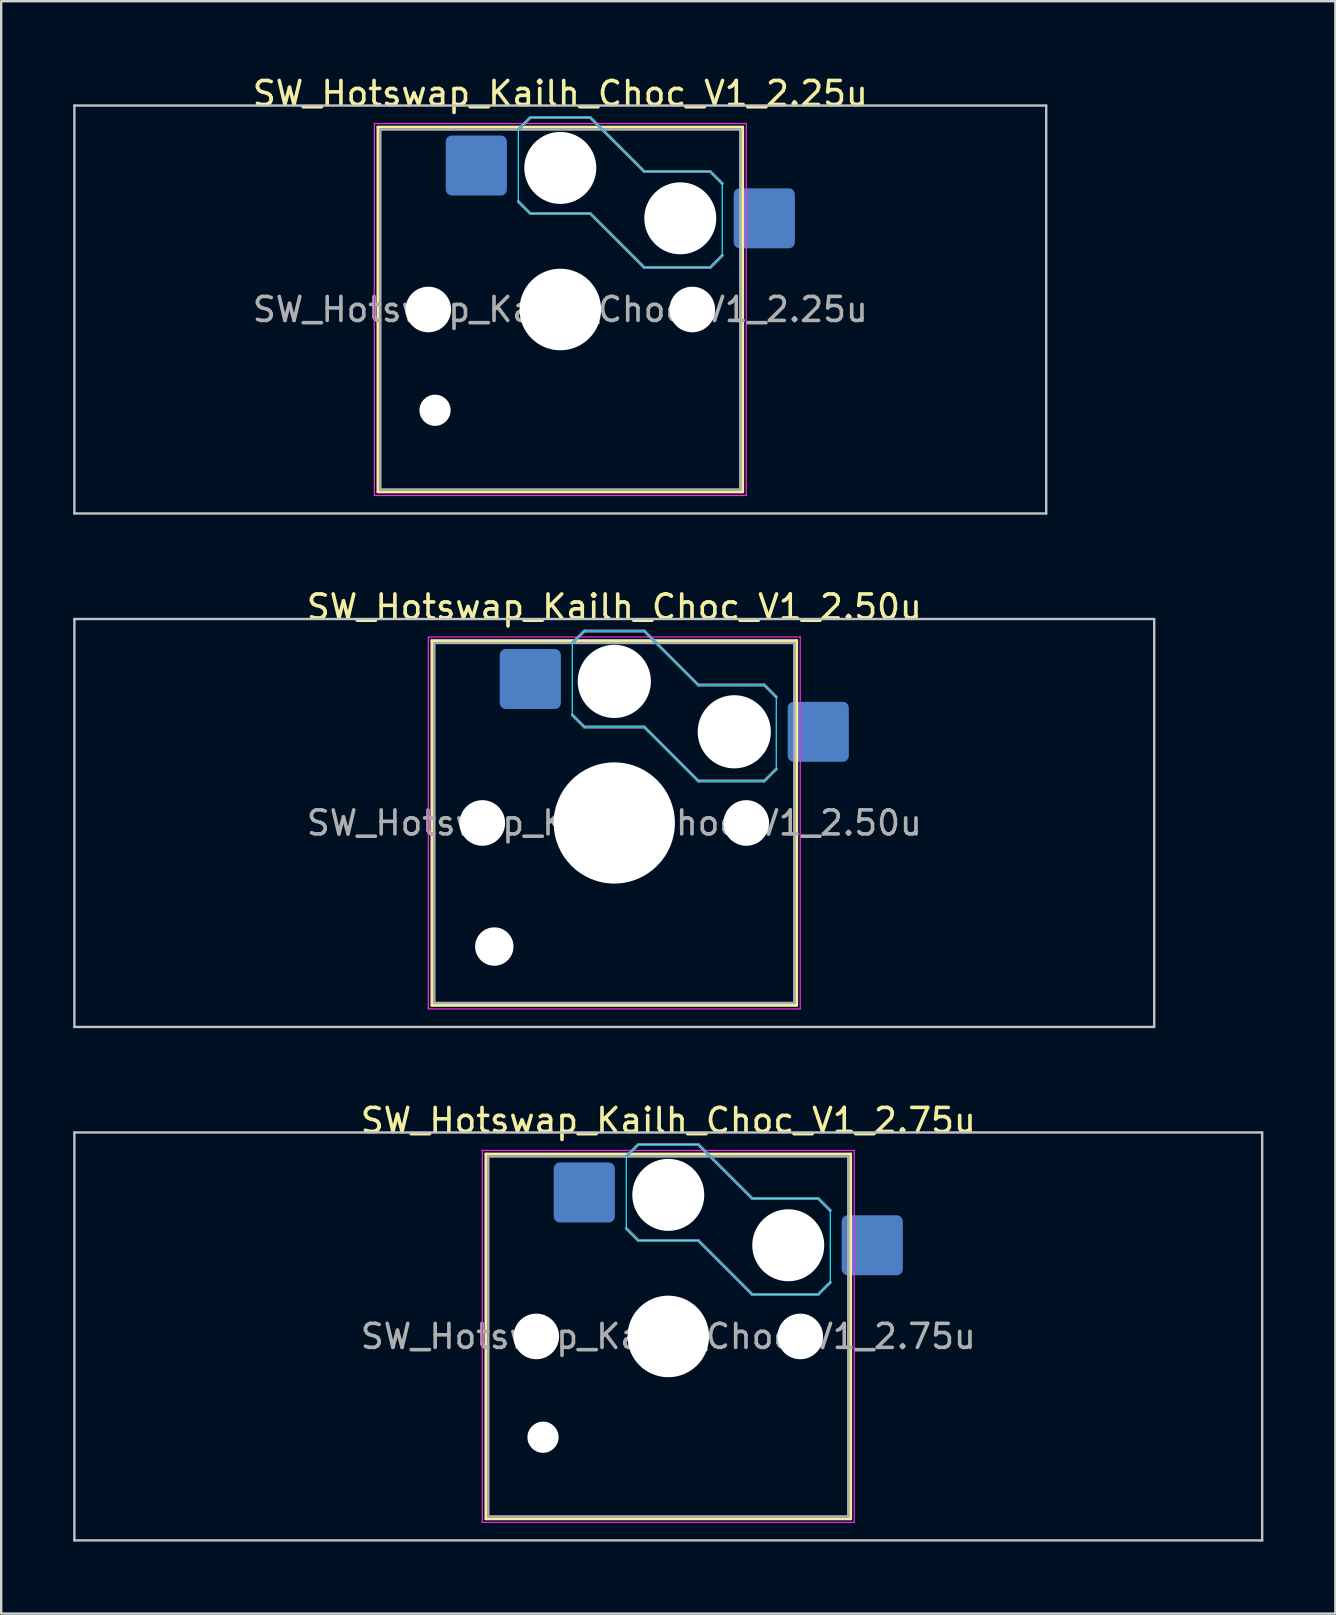
<source format=kicad_pcb>
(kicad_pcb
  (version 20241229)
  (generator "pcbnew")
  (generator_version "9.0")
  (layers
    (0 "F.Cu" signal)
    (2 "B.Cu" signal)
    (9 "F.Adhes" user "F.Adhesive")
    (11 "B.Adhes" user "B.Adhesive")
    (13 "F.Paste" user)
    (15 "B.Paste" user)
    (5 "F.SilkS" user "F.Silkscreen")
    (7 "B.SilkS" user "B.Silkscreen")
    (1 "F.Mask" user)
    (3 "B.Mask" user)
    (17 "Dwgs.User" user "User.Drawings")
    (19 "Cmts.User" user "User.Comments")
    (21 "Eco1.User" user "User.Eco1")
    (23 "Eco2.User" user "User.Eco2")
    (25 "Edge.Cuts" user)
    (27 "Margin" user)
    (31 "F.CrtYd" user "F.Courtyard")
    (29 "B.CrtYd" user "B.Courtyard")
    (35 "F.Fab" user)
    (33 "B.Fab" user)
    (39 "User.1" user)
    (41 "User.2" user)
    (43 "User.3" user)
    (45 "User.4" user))
  (footprint "SW_Hotswap_Kailh_Choc_V1_2.75u"
    (layer "F.Cu")
    (at 24.8 52.645)
    (property "Reference" "SW_Hotswap_Kailh_Choc_V1_2.75u" (at 0 -9 0) (layer "F.SilkS") (effects (font (size 1 1) (thickness 0.15))))
    (attr smd)
    (fp_line (start -7.6 -7.6) (end -7.6 7.6) (stroke (width 0.12) (type solid)) (layer "F.SilkS"))
    (fp_line (start -7.6 7.6) (end 7.6 7.6) (stroke (width 0.12) (type solid)) (layer "F.SilkS"))
    (fp_line (start 7.6 -7.6) (end -7.6 -7.6) (stroke (width 0.12) (type solid)) (layer "F.SilkS"))
    (fp_line (start 7.6 7.6) (end 7.6 -7.6) (stroke (width 0.12) (type solid)) (layer "F.SilkS"))
    (fp_line (start -1.75 -7.5) (end -1.25 -8) (stroke (width 0.12) (type solid)) (layer "B.SilkS"))
    (fp_line (start -1.25 -8) (end 1.25 -8) (stroke (width 0.12) (type solid)) (layer "B.SilkS"))
    (fp_line (start -1.25 -4) (end -1.75 -4.5) (stroke (width 0.12) (type solid)) (layer "B.SilkS"))
    (fp_line (start 1.25 -8) (end 3.5 -5.75) (stroke (width 0.12) (type solid)) (layer "B.SilkS"))
    (fp_line (start 1.25 -4) (end -1.25 -4) (stroke (width 0.12) (type solid)) (layer "B.SilkS"))
    (fp_line (start 3.5 -5.75) (end 6.25 -5.75) (stroke (width 0.12) (type solid)) (layer "B.SilkS"))
    (fp_line (start 3.5 -1.75) (end 1.25 -4) (stroke (width 0.12) (type solid)) (layer "B.SilkS"))
    (fp_line (start 6.25 -5.75) (end 6.75 -5.25) (stroke (width 0.12) (type solid)) (layer "B.SilkS"))
    (fp_line (start 6.25 -1.75) (end 3.5 -1.75) (stroke (width 0.12) (type solid)) (layer "B.SilkS"))
    (fp_line (start 6.75 -2.25) (end 6.25 -1.75) (stroke (width 0.12) (type solid)) (layer "B.SilkS"))
    (fp_line (start -24.75 -8.5) (end -24.75 8.5) (stroke (width 0.1) (type solid)) (layer "Dwgs.User"))
    (fp_line (start -24.75 8.5) (end 24.75 8.5) (stroke (width 0.1) (type solid)) (layer "Dwgs.User"))
    (fp_line (start 24.75 -8.5) (end -24.75 -8.5) (stroke (width 0.1) (type solid)) (layer "Dwgs.User"))
    (fp_line (start 24.75 8.5) (end 24.75 -8.5) (stroke (width 0.1) (type solid)) (layer "Dwgs.User"))
    (fp_line (start -7.25 -7.25) (end -7.25 7.25) (stroke (width 0.1) (type solid)) (layer "Eco1.User"))
    (fp_line (start -7.25 7.25) (end 7.25 7.25) (stroke (width 0.1) (type solid)) (layer "Eco1.User"))
    (fp_line (start 7.25 -7.25) (end -7.25 -7.25) (stroke (width 0.1) (type solid)) (layer "Eco1.User"))
    (fp_line (start 7.25 7.25) (end 7.25 -7.25) (stroke (width 0.1) (type solid)) (layer "Eco1.User"))
    (fp_line (start -1.75 -7.5) (end -1.25 -8) (stroke (width 0.05) (type solid)) (layer "B.CrtYd"))
    (fp_line (start -1.75 -4.5) (end -1.75 -7.5) (stroke (width 0.05) (type solid)) (layer "B.CrtYd"))
    (fp_line (start -1.25 -8) (end 1.25 -8) (stroke (width 0.05) (type solid)) (layer "B.CrtYd"))
    (fp_line (start -1.25 -4) (end -1.75 -4.5) (stroke (width 0.05) (type solid)) (layer "B.CrtYd"))
    (fp_line (start 1.25 -8) (end 3.5 -5.75) (stroke (width 0.05) (type solid)) (layer "B.CrtYd"))
    (fp_line (start 1.25 -4) (end -1.25 -4) (stroke (width 0.05) (type solid)) (layer "B.CrtYd"))
    (fp_line (start 3.5 -5.75) (end 6.25 -5.75) (stroke (width 0.05) (type solid)) (layer "B.CrtYd"))
    (fp_line (start 3.5 -1.75) (end 1.25 -4) (stroke (width 0.05) (type solid)) (layer "B.CrtYd"))
    (fp_line (start 6.25 -5.75) (end 6.75 -5.25) (stroke (width 0.05) (type solid)) (layer "B.CrtYd"))
    (fp_line (start 6.25 -1.75) (end 3.5 -1.75) (stroke (width 0.05) (type solid)) (layer "B.CrtYd"))
    (fp_line (start 6.75 -5.25) (end 6.75 -2.25) (stroke (width 0.05) (type solid)) (layer "B.CrtYd"))
    (fp_line (start 6.75 -2.25) (end 6.25 -1.75) (stroke (width 0.05) (type solid)) (layer "B.CrtYd"))
    (fp_line (start -7.75 -7.75) (end -7.75 7.75) (stroke (width 0.05) (type solid)) (layer "F.CrtYd"))
    (fp_line (start -7.75 7.75) (end 7.75 7.75) (stroke (width 0.05) (type solid)) (layer "F.CrtYd"))
    (fp_line (start 7.75 -7.75) (end -7.75 -7.75) (stroke (width 0.05) (type solid)) (layer "F.CrtYd"))
    (fp_line (start 7.75 7.75) (end 7.75 -7.75) (stroke (width 0.05) (type solid)) (layer "F.CrtYd"))
    (fp_line (start -1.75 -7.5) (end -1.25 -8) (stroke (width 0.1) (type solid)) (layer "B.Fab"))
    (fp_line (start -1.25 -8) (end 1.25 -8) (stroke (width 0.1) (type solid)) (layer "B.Fab"))
    (fp_line (start -1.25 -4) (end -1.75 -4.5) (stroke (width 0.1) (type solid)) (layer "B.Fab"))
    (fp_line (start 1.25 -8) (end 3.5 -5.75) (stroke (width 0.1) (type solid)) (layer "B.Fab"))
    (fp_line (start 1.25 -4) (end -1.25 -4) (stroke (width 0.1) (type solid)) (layer "B.Fab"))
    (fp_line (start 3.5 -5.75) (end 6.25 -5.75) (stroke (width 0.1) (type solid)) (layer "B.Fab"))
    (fp_line (start 3.5 -1.75) (end 1.25 -4) (stroke (width 0.1) (type solid)) (layer "B.Fab"))
    (fp_line (start 6.25 -5.75) (end 6.75 -5.25) (stroke (width 0.1) (type solid)) (layer "B.Fab"))
    (fp_line (start 6.25 -1.75) (end 3.5 -1.75) (stroke (width 0.1) (type solid)) (layer "B.Fab"))
    (fp_line (start 6.75 -2.25) (end 6.25 -1.75) (stroke (width 0.1) (type solid)) (layer "B.Fab"))
    (fp_line (start -7.5 -7.5) (end -7.5 7.5) (stroke (width 0.1) (type solid)) (layer "F.Fab"))
    (fp_line (start -7.5 7.5) (end 7.5 7.5) (stroke (width 0.1) (type solid)) (layer "F.Fab"))
    (fp_line (start 7.5 -7.5) (end -7.5 -7.5) (stroke (width 0.1) (type solid)) (layer "F.Fab"))
    (fp_line (start 7.5 7.5) (end 7.5 -7.5) (stroke (width 0.1) (type solid)) (layer "F.Fab"))
    (fp_text user "${REFERENCE}" (at 0 0 0) (layer "F.Fab") (effects (font (size 1 1) (thickness 0.15))))
    (pad "" np_thru_hole circle (at -5.5 0) (size 1.9 1.9) (drill 1.9) (layers "*.Cu" "*.Mask"))
    (pad "" np_thru_hole circle (at -5.22 4.2) (size 1.3 1.3) (drill 1.3) (layers "*.Cu" "*.Mask"))
    (pad "" np_thru_hole circle (at 0 -5.9) (size 3 3) (drill 3) (layers "*.Cu" "*.Mask"))
    (pad "" np_thru_hole circle (at 0 0) (size 3.4 3.4) (drill 3.4) (layers "*.Cu" "*.Mask"))
    (pad "" np_thru_hole circle (at 5 -3.8) (size 3 3) (drill 3) (layers "*.Cu" "*.Mask"))
    (pad "" np_thru_hole circle (at 5.5 0) (size 1.9 1.9) (drill 1.9) (layers "*.Cu" "*.Mask"))
    (pad "1" smd roundrect (at -3.5 -6) (size 2.55 2.5) (layers "B.Cu" "B.Mask" "B.Paste") (roundrect_rratio 0.1))
    (pad "2" smd roundrect (at 8.5 -3.8) (size 2.55 2.5) (layers "B.Cu" "B.Mask" "B.Paste") (roundrect_rratio 0.1)))
  (footprint "SW_Hotswap_Kailh_Choc_V1_2.25u"
    (layer "F.Cu")
    (at 20.3 9.848)
    (property "Reference" "SW_Hotswap_Kailh_Choc_V1_2.25u" (at 0 -9 0) (layer "F.SilkS") (effects (font (size 1 1) (thickness 0.15))))
    (attr smd)
    (fp_line (start -7.6 -7.6) (end -7.6 7.6) (stroke (width 0.12) (type solid)) (layer "F.SilkS"))
    (fp_line (start -7.6 7.6) (end 7.6 7.6) (stroke (width 0.12) (type solid)) (layer "F.SilkS"))
    (fp_line (start 7.6 -7.6) (end -7.6 -7.6) (stroke (width 0.12) (type solid)) (layer "F.SilkS"))
    (fp_line (start 7.6 7.6) (end 7.6 -7.6) (stroke (width 0.12) (type solid)) (layer "F.SilkS"))
    (fp_line (start -1.75 -7.5) (end -1.25 -8) (stroke (width 0.12) (type solid)) (layer "B.SilkS"))
    (fp_line (start -1.25 -8) (end 1.25 -8) (stroke (width 0.12) (type solid)) (layer "B.SilkS"))
    (fp_line (start -1.25 -4) (end -1.75 -4.5) (stroke (width 0.12) (type solid)) (layer "B.SilkS"))
    (fp_line (start 1.25 -8) (end 3.5 -5.75) (stroke (width 0.12) (type solid)) (layer "B.SilkS"))
    (fp_line (start 1.25 -4) (end -1.25 -4) (stroke (width 0.12) (type solid)) (layer "B.SilkS"))
    (fp_line (start 3.5 -5.75) (end 6.25 -5.75) (stroke (width 0.12) (type solid)) (layer "B.SilkS"))
    (fp_line (start 3.5 -1.75) (end 1.25 -4) (stroke (width 0.12) (type solid)) (layer "B.SilkS"))
    (fp_line (start 6.25 -5.75) (end 6.75 -5.25) (stroke (width 0.12) (type solid)) (layer "B.SilkS"))
    (fp_line (start 6.25 -1.75) (end 3.5 -1.75) (stroke (width 0.12) (type solid)) (layer "B.SilkS"))
    (fp_line (start 6.75 -2.25) (end 6.25 -1.75) (stroke (width 0.12) (type solid)) (layer "B.SilkS"))
    (fp_line (start -20.25 -8.5) (end -20.25 8.5) (stroke (width 0.1) (type solid)) (layer "Dwgs.User"))
    (fp_line (start -20.25 8.5) (end 20.25 8.5) (stroke (width 0.1) (type solid)) (layer "Dwgs.User"))
    (fp_line (start 20.25 -8.5) (end -20.25 -8.5) (stroke (width 0.1) (type solid)) (layer "Dwgs.User"))
    (fp_line (start 20.25 8.5) (end 20.25 -8.5) (stroke (width 0.1) (type solid)) (layer "Dwgs.User"))
    (fp_line (start -7.25 -7.25) (end -7.25 7.25) (stroke (width 0.1) (type solid)) (layer "Eco1.User"))
    (fp_line (start -7.25 7.25) (end 7.25 7.25) (stroke (width 0.1) (type solid)) (layer "Eco1.User"))
    (fp_line (start 7.25 -7.25) (end -7.25 -7.25) (stroke (width 0.1) (type solid)) (layer "Eco1.User"))
    (fp_line (start 7.25 7.25) (end 7.25 -7.25) (stroke (width 0.1) (type solid)) (layer "Eco1.User"))
    (fp_line (start -1.75 -7.5) (end -1.25 -8) (stroke (width 0.05) (type solid)) (layer "B.CrtYd"))
    (fp_line (start -1.75 -4.5) (end -1.75 -7.5) (stroke (width 0.05) (type solid)) (layer "B.CrtYd"))
    (fp_line (start -1.25 -8) (end 1.25 -8) (stroke (width 0.05) (type solid)) (layer "B.CrtYd"))
    (fp_line (start -1.25 -4) (end -1.75 -4.5) (stroke (width 0.05) (type solid)) (layer "B.CrtYd"))
    (fp_line (start 1.25 -8) (end 3.5 -5.75) (stroke (width 0.05) (type solid)) (layer "B.CrtYd"))
    (fp_line (start 1.25 -4) (end -1.25 -4) (stroke (width 0.05) (type solid)) (layer "B.CrtYd"))
    (fp_line (start 3.5 -5.75) (end 6.25 -5.75) (stroke (width 0.05) (type solid)) (layer "B.CrtYd"))
    (fp_line (start 3.5 -1.75) (end 1.25 -4) (stroke (width 0.05) (type solid)) (layer "B.CrtYd"))
    (fp_line (start 6.25 -5.75) (end 6.75 -5.25) (stroke (width 0.05) (type solid)) (layer "B.CrtYd"))
    (fp_line (start 6.25 -1.75) (end 3.5 -1.75) (stroke (width 0.05) (type solid)) (layer "B.CrtYd"))
    (fp_line (start 6.75 -5.25) (end 6.75 -2.25) (stroke (width 0.05) (type solid)) (layer "B.CrtYd"))
    (fp_line (start 6.75 -2.25) (end 6.25 -1.75) (stroke (width 0.05) (type solid)) (layer "B.CrtYd"))
    (fp_line (start -7.75 -7.75) (end -7.75 7.75) (stroke (width 0.05) (type solid)) (layer "F.CrtYd"))
    (fp_line (start -7.75 7.75) (end 7.75 7.75) (stroke (width 0.05) (type solid)) (layer "F.CrtYd"))
    (fp_line (start 7.75 -7.75) (end -7.75 -7.75) (stroke (width 0.05) (type solid)) (layer "F.CrtYd"))
    (fp_line (start 7.75 7.75) (end 7.75 -7.75) (stroke (width 0.05) (type solid)) (layer "F.CrtYd"))
    (fp_line (start -1.75 -7.5) (end -1.25 -8) (stroke (width 0.1) (type solid)) (layer "B.Fab"))
    (fp_line (start -1.25 -8) (end 1.25 -8) (stroke (width 0.1) (type solid)) (layer "B.Fab"))
    (fp_line (start -1.25 -4) (end -1.75 -4.5) (stroke (width 0.1) (type solid)) (layer "B.Fab"))
    (fp_line (start 1.25 -8) (end 3.5 -5.75) (stroke (width 0.1) (type solid)) (layer "B.Fab"))
    (fp_line (start 1.25 -4) (end -1.25 -4) (stroke (width 0.1) (type solid)) (layer "B.Fab"))
    (fp_line (start 3.5 -5.75) (end 6.25 -5.75) (stroke (width 0.1) (type solid)) (layer "B.Fab"))
    (fp_line (start 3.5 -1.75) (end 1.25 -4) (stroke (width 0.1) (type solid)) (layer "B.Fab"))
    (fp_line (start 6.25 -5.75) (end 6.75 -5.25) (stroke (width 0.1) (type solid)) (layer "B.Fab"))
    (fp_line (start 6.25 -1.75) (end 3.5 -1.75) (stroke (width 0.1) (type solid)) (layer "B.Fab"))
    (fp_line (start 6.75 -2.25) (end 6.25 -1.75) (stroke (width 0.1) (type solid)) (layer "B.Fab"))
    (fp_line (start -7.5 -7.5) (end -7.5 7.5) (stroke (width 0.1) (type solid)) (layer "F.Fab"))
    (fp_line (start -7.5 7.5) (end 7.5 7.5) (stroke (width 0.1) (type solid)) (layer "F.Fab"))
    (fp_line (start 7.5 -7.5) (end -7.5 -7.5) (stroke (width 0.1) (type solid)) (layer "F.Fab"))
    (fp_line (start 7.5 7.5) (end 7.5 -7.5) (stroke (width 0.1) (type solid)) (layer "F.Fab"))
    (fp_text user "${REFERENCE}" (at 0 0 0) (layer "F.Fab") (effects (font (size 1 1) (thickness 0.15))))
    (pad "" np_thru_hole circle (at -5.5 0) (size 1.9 1.9) (drill 1.9) (layers "*.Cu" "*.Mask"))
    (pad "" np_thru_hole circle (at -5.22 4.2) (size 1.3 1.3) (drill 1.3) (layers "*.Cu" "*.Mask"))
    (pad "" np_thru_hole circle (at 0 -5.9) (size 3 3) (drill 3) (layers "*.Cu" "*.Mask"))
    (pad "" np_thru_hole circle (at 0 0) (size 3.4 3.4) (drill 3.4) (layers "*.Cu" "*.Mask"))
    (pad "" np_thru_hole circle (at 5 -3.8) (size 3 3) (drill 3) (layers "*.Cu" "*.Mask"))
    (pad "" np_thru_hole circle (at 5.5 0) (size 1.9 1.9) (drill 1.9) (layers "*.Cu" "*.Mask"))
    (pad "1" smd roundrect (at -3.5 -6) (size 2.55 2.5) (layers "B.Cu" "B.Mask" "B.Paste") (roundrect_rratio 0.1))
    (pad "2" smd roundrect (at 8.5 -3.8) (size 2.55 2.5) (layers "B.Cu" "B.Mask" "B.Paste") (roundrect_rratio 0.1)))
  (footprint "SW_Hotswap_Kailh_Choc_V1_2.50u"
    (layer "F.Cu")
    (at 22.55 31.247)
    (property "Reference" "SW_Hotswap_Kailh_Choc_V1_2.50u" (at 0 -9 0) (layer "F.SilkS") (effects (font (size 1 1) (thickness 0.15))))
    (attr smd)
    (fp_line (start -7.6 -7.6) (end -7.6 7.6) (stroke (width 0.12) (type solid)) (layer "F.SilkS"))
    (fp_line (start -7.6 7.6) (end 7.6 7.6) (stroke (width 0.12) (type solid)) (layer "F.SilkS"))
    (fp_line (start 7.6 -7.6) (end -7.6 -7.6) (stroke (width 0.12) (type solid)) (layer "F.SilkS"))
    (fp_line (start 7.6 7.6) (end 7.6 -7.6) (stroke (width 0.12) (type solid)) (layer "F.SilkS"))
    (fp_line (start -1.75 -7.5) (end -1.25 -8) (stroke (width 0.12) (type solid)) (layer "B.SilkS"))
    (fp_line (start -1.25 -8) (end 1.25 -8) (stroke (width 0.12) (type solid)) (layer "B.SilkS"))
    (fp_line (start -1.25 -4) (end -1.75 -4.5) (stroke (width 0.12) (type solid)) (layer "B.SilkS"))
    (fp_line (start 1.25 -8) (end 3.5 -5.75) (stroke (width 0.12) (type solid)) (layer "B.SilkS"))
    (fp_line (start 1.25 -4) (end -1.25 -4) (stroke (width 0.12) (type solid)) (layer "B.SilkS"))
    (fp_line (start 3.5 -5.75) (end 6.25 -5.75) (stroke (width 0.12) (type solid)) (layer "B.SilkS"))
    (fp_line (start 3.5 -1.75) (end 1.25 -4) (stroke (width 0.12) (type solid)) (layer "B.SilkS"))
    (fp_line (start 6.25 -5.75) (end 6.75 -5.25) (stroke (width 0.12) (type solid)) (layer "B.SilkS"))
    (fp_line (start 6.25 -1.75) (end 3.5 -1.75) (stroke (width 0.12) (type solid)) (layer "B.SilkS"))
    (fp_line (start 6.75 -2.25) (end 6.25 -1.75) (stroke (width 0.12) (type solid)) (layer "B.SilkS"))
    (fp_line (start -22.5 -8.5) (end -22.5 8.5) (stroke (width 0.1) (type solid)) (layer "Dwgs.User"))
    (fp_line (start -22.5 8.5) (end 22.5 8.5) (stroke (width 0.1) (type solid)) (layer "Dwgs.User"))
    (fp_line (start 22.5 -8.5) (end -22.5 -8.5) (stroke (width 0.1) (type solid)) (layer "Dwgs.User"))
    (fp_line (start 22.5 8.5) (end 22.5 -8.5) (stroke (width 0.1) (type solid)) (layer "Dwgs.User"))
    (fp_line (start -7.25 -7.25) (end -7.25 7.25) (stroke (width 0.1) (type solid)) (layer "Eco1.User"))
    (fp_line (start -7.25 7.25) (end 7.25 7.25) (stroke (width 0.1) (type solid)) (layer "Eco1.User"))
    (fp_line (start 7.25 -7.25) (end -7.25 -7.25) (stroke (width 0.1) (type solid)) (layer "Eco1.User"))
    (fp_line (start 7.25 7.25) (end 7.25 -7.25) (stroke (width 0.1) (type solid)) (layer "Eco1.User"))
    (fp_line (start -1.75 -7.5) (end -1.25 -8) (stroke (width 0.05) (type solid)) (layer "B.CrtYd"))
    (fp_line (start -1.75 -4.5) (end -1.75 -7.5) (stroke (width 0.05) (type solid)) (layer "B.CrtYd"))
    (fp_line (start -1.25 -8) (end 1.25 -8) (stroke (width 0.05) (type solid)) (layer "B.CrtYd"))
    (fp_line (start -1.25 -4) (end -1.75 -4.5) (stroke (width 0.05) (type solid)) (layer "B.CrtYd"))
    (fp_line (start 1.25 -8) (end 3.5 -5.75) (stroke (width 0.05) (type solid)) (layer "B.CrtYd"))
    (fp_line (start 1.25 -4) (end -1.25 -4) (stroke (width 0.05) (type solid)) (layer "B.CrtYd"))
    (fp_line (start 3.5 -5.75) (end 6.25 -5.75) (stroke (width 0.05) (type solid)) (layer "B.CrtYd"))
    (fp_line (start 3.5 -1.75) (end 1.25 -4) (stroke (width 0.05) (type solid)) (layer "B.CrtYd"))
    (fp_line (start 6.25 -5.75) (end 6.75 -5.25) (stroke (width 0.05) (type solid)) (layer "B.CrtYd"))
    (fp_line (start 6.25 -1.75) (end 3.5 -1.75) (stroke (width 0.05) (type solid)) (layer "B.CrtYd"))
    (fp_line (start 6.75 -5.25) (end 6.75 -2.25) (stroke (width 0.05) (type solid)) (layer "B.CrtYd"))
    (fp_line (start 6.75 -2.25) (end 6.25 -1.75) (stroke (width 0.05) (type solid)) (layer "B.CrtYd"))
    (fp_line (start -7.75 -7.75) (end -7.75 7.75) (stroke (width 0.05) (type solid)) (layer "F.CrtYd"))
    (fp_line (start -7.75 7.75) (end 7.75 7.75) (stroke (width 0.05) (type solid)) (layer "F.CrtYd"))
    (fp_line (start 7.75 -7.75) (end -7.75 -7.75) (stroke (width 0.05) (type solid)) (layer "F.CrtYd"))
    (fp_line (start 7.75 7.75) (end 7.75 -7.75) (stroke (width 0.05) (type solid)) (layer "F.CrtYd"))
    (fp_line (start -1.75 -7.5) (end -1.25 -8) (stroke (width 0.1) (type solid)) (layer "B.Fab"))
    (fp_line (start -1.25 -8) (end 1.25 -8) (stroke (width 0.1) (type solid)) (layer "B.Fab"))
    (fp_line (start -1.25 -4) (end -1.75 -4.5) (stroke (width 0.1) (type solid)) (layer "B.Fab"))
    (fp_line (start 1.25 -8) (end 3.5 -5.75) (stroke (width 0.1) (type solid)) (layer "B.Fab"))
    (fp_line (start 1.25 -4) (end -1.25 -4) (stroke (width 0.1) (type solid)) (layer "B.Fab"))
    (fp_line (start 3.5 -5.75) (end 6.25 -5.75) (stroke (width 0.1) (type solid)) (layer "B.Fab"))
    (fp_line (start 3.5 -1.75) (end 1.25 -4) (stroke (width 0.1) (type solid)) (layer "B.Fab"))
    (fp_line (start 6.25 -5.75) (end 6.75 -5.25) (stroke (width 0.1) (type solid)) (layer "B.Fab"))
    (fp_line (start 6.25 -1.75) (end 3.5 -1.75) (stroke (width 0.1) (type solid)) (layer "B.Fab"))
    (fp_line (start 6.75 -2.25) (end 6.25 -1.75) (stroke (width 0.1) (type solid)) (layer "B.Fab"))
    (fp_line (start -7.5 -7.5) (end -7.5 7.5) (stroke (width 0.1) (type solid)) (layer "F.Fab"))
    (fp_line (start -7.5 7.5) (end 7.5 7.5) (stroke (width 0.1) (type solid)) (layer "F.Fab"))
    (fp_line (start 7.5 -7.5) (end -7.5 -7.5) (stroke (width 0.1) (type solid)) (layer "F.Fab"))
    (fp_line (start 7.5 7.5) (end 7.5 -7.5) (stroke (width 0.1) (type solid)) (layer "F.Fab"))
    (fp_text user "${REFERENCE}" (at 0 0 0) (layer "F.Fab") (effects (font (size 1 1) (thickness 0.15))))
    (pad "" np_thru_hole circle (at -5.5 0) (size 1.9 1.9) (drill 1.9) (layers "*.Cu" "*.Mask"))
    (pad "" np_thru_hole circle (at -5 5.15) (size 1.6 1.6) (drill 1.6) (layers "*.Cu" "*.Mask"))
    (pad "" np_thru_hole circle (at 0 -5.9) (size 3.05 3.05) (drill 3.05) (layers "*.Cu" "*.Mask"))
    (pad "" np_thru_hole circle (at 0 0) (size 5.05 5.05) (drill 5.05) (layers "*.Cu" "*.Mask"))
    (pad "" np_thru_hole circle (at 5 -3.8) (size 3.05 3.05) (drill 3.05) (layers "*.Cu" "*.Mask"))
    (pad "" np_thru_hole circle (at 5.5 0) (size 1.9 1.9) (drill 1.9) (layers "*.Cu" "*.Mask"))
    (pad "1" smd roundrect (at -3.5 -6) (size 2.55 2.5) (layers "B.Cu" "B.Mask" "B.Paste") (roundrect_rratio 0.1))
    (pad "2" smd roundrect (at 8.5 -3.8) (size 2.55 2.5) (layers "B.Cu" "B.Mask" "B.Paste") (roundrect_rratio 0.1)))
  (gr_rect
    (start -3 -3)
    (end 52.6 64.195)
    (stroke (width 0.1) (type default))
    (fill no)
    (layer "Edge.Cuts")))
</source>
